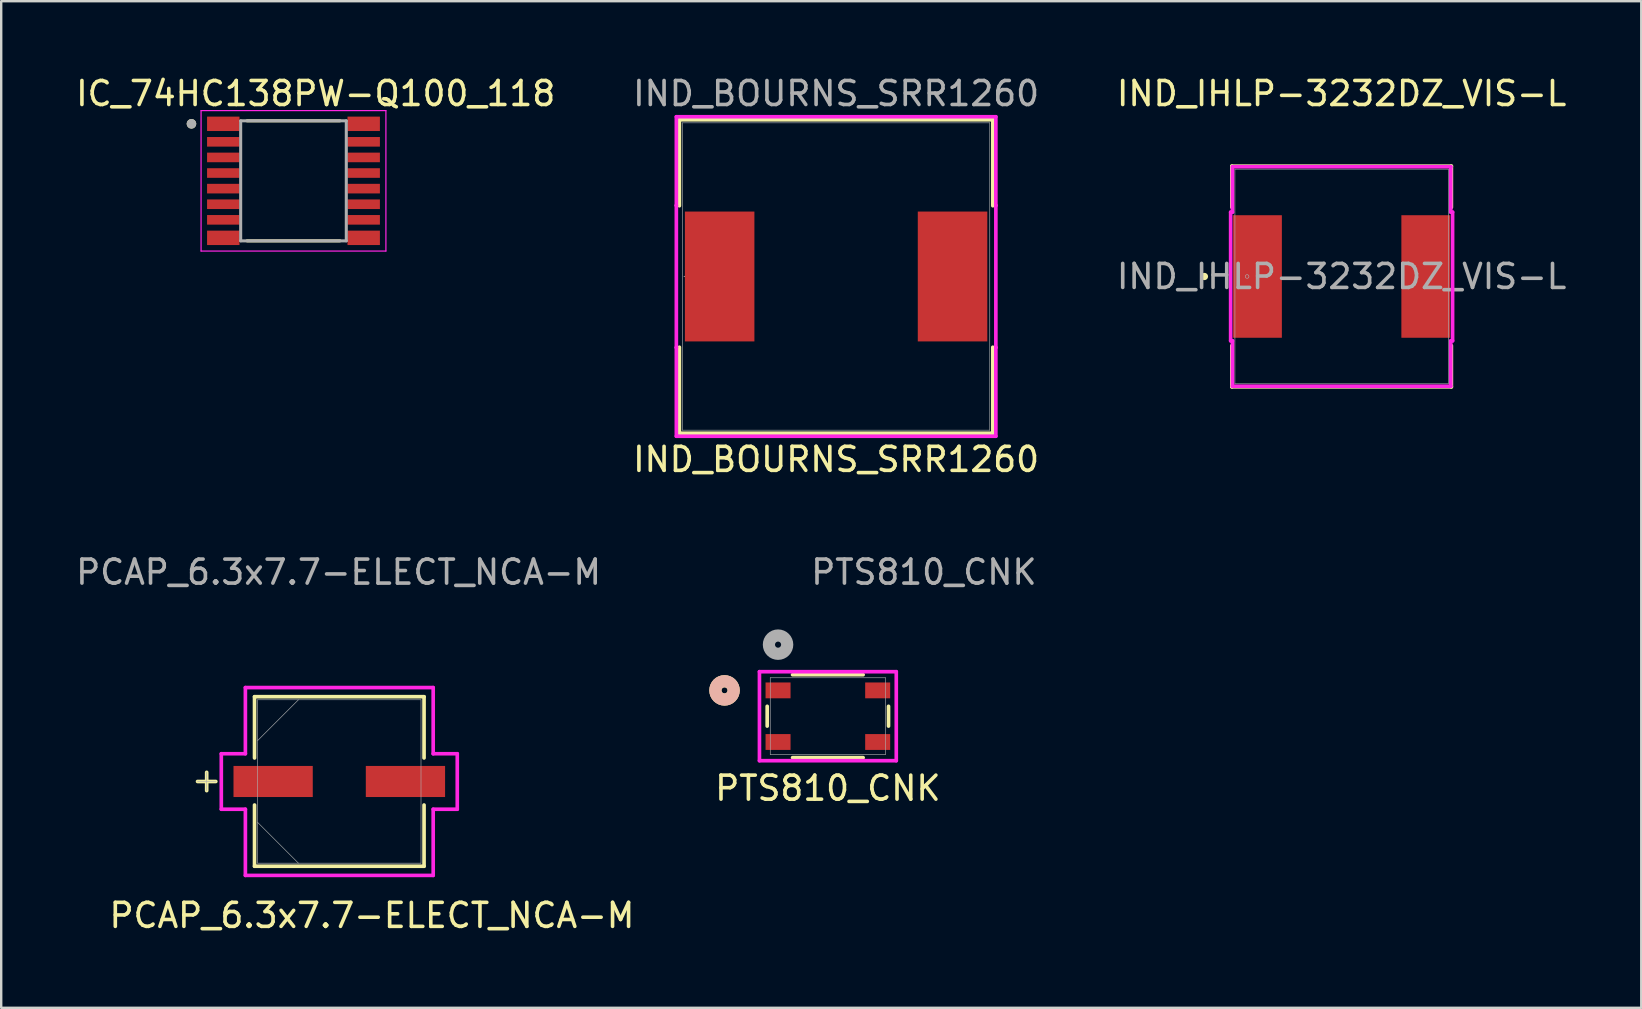
<source format=kicad_pcb>
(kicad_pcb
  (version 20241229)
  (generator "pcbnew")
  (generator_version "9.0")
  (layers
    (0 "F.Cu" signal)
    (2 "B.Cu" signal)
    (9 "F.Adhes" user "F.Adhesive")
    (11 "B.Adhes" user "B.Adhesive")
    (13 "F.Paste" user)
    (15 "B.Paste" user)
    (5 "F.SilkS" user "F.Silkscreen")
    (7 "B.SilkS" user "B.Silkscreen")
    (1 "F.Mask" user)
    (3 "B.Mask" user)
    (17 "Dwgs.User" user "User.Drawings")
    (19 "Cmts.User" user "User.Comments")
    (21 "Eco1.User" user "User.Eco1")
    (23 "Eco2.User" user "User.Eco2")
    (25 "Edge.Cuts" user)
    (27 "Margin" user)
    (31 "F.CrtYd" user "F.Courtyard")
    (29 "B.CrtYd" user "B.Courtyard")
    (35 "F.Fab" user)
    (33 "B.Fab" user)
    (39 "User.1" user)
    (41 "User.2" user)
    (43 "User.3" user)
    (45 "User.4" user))
  (footprint "PCAP_6.3x7.7-ELECT_NCA-M"
    (layer "F.Cu")
    (at 11.084 29.505)
    (property "Reference" "PCAP_6.3x7.7-ELECT_NCA-M" (at 1.36 5.58 0) (unlocked yes) (layer "F.SilkS") (effects (font (size 1 1) (thickness 0.15))))
    (attr smd)
    (fp_line (start -5.524 -0.381) (end -5.524 0.381) (stroke (width 0.152) (type solid)) (layer "F.SilkS"))
    (fp_line (start -5.144 0) (end -5.905 0) (stroke (width 0.152) (type solid)) (layer "F.SilkS"))
    (fp_line (start -3.531 -3.531) (end -3.531 -0.98) (stroke (width 0.152) (type solid)) (layer "F.SilkS"))
    (fp_line (start -3.531 0.98) (end -3.531 3.531) (stroke (width 0.152) (type solid)) (layer "F.SilkS"))
    (fp_line (start -3.531 3.531) (end 3.531 3.531) (stroke (width 0.152) (type solid)) (layer "F.SilkS"))
    (fp_line (start 3.531 -3.531) (end -3.531 -3.531) (stroke (width 0.152) (type solid)) (layer "F.SilkS"))
    (fp_line (start 3.531 -0.98) (end 3.531 -3.531) (stroke (width 0.152) (type solid)) (layer "F.SilkS"))
    (fp_line (start 3.531 3.531) (end 3.531 0.98) (stroke (width 0.152) (type solid)) (layer "F.SilkS"))
    (fp_line (start -4.915 -1.156) (end -3.912 -1.156) (stroke (width 0.152) (type solid)) (layer "F.CrtYd"))
    (fp_line (start -4.915 1.156) (end -4.915 -1.156) (stroke (width 0.152) (type solid)) (layer "F.CrtYd"))
    (fp_line (start -3.912 -3.912) (end 3.912 -3.912) (stroke (width 0.152) (type solid)) (layer "F.CrtYd"))
    (fp_line (start -3.912 -1.156) (end -3.912 -3.912) (stroke (width 0.152) (type solid)) (layer "F.CrtYd"))
    (fp_line (start -3.912 1.156) (end -4.915 1.156) (stroke (width 0.152) (type solid)) (layer "F.CrtYd"))
    (fp_line (start -3.912 3.912) (end -3.912 1.156) (stroke (width 0.152) (type solid)) (layer "F.CrtYd"))
    (fp_line (start 3.912 -3.912) (end 3.912 -1.156) (stroke (width 0.152) (type solid)) (layer "F.CrtYd"))
    (fp_line (start 3.912 -1.156) (end 4.915 -1.156) (stroke (width 0.152) (type solid)) (layer "F.CrtYd"))
    (fp_line (start 3.912 1.156) (end 3.912 3.912) (stroke (width 0.152) (type solid)) (layer "F.CrtYd"))
    (fp_line (start 3.912 3.912) (end -3.912 3.912) (stroke (width 0.152) (type solid)) (layer "F.CrtYd"))
    (fp_line (start 4.915 -1.156) (end 4.915 1.156) (stroke (width 0.152) (type solid)) (layer "F.CrtYd"))
    (fp_line (start 4.915 1.156) (end 3.912 1.156) (stroke (width 0.152) (type solid)) (layer "F.CrtYd"))
    (fp_line (start -5.524 -0.381) (end -5.524 0.381) (stroke (width 0.025) (type solid)) (layer "F.Fab"))
    (fp_line (start -5.144 0) (end -5.905 0) (stroke (width 0.025) (type solid)) (layer "F.Fab"))
    (fp_line (start -3.404 -3.404) (end -3.404 3.404) (stroke (width 0.025) (type solid)) (layer "F.Fab"))
    (fp_line (start -3.404 -1.702) (end -1.702 -3.404) (stroke (width 0.025) (type solid)) (layer "F.Fab"))
    (fp_line (start -3.404 1.702) (end -1.702 3.404) (stroke (width 0.025) (type solid)) (layer "F.Fab"))
    (fp_line (start -3.404 3.404) (end 3.404 3.404) (stroke (width 0.025) (type solid)) (layer "F.Fab"))
    (fp_line (start 3.404 -3.404) (end -3.404 -3.404) (stroke (width 0.025) (type solid)) (layer "F.Fab"))
    (fp_line (start 3.404 3.404) (end 3.404 -3.404) (stroke (width 0.025) (type solid)) (layer "F.Fab"))
    (fp_text user "${REFERENCE}" (at -0.03 -8.72 0) (unlocked yes) (layer "F.Fab") (effects (font (size 1 1) (thickness 0.15))))
    (pad "1" smd rect (at -2.756 0) (size 3.302 1.295) (layers "F.Cu" "F.Mask" "F.Paste"))
    (pad "2" smd rect (at 2.756 0) (size 3.302 1.295) (layers "F.Cu" "F.Mask" "F.Paste")))
  (footprint "IND_BOURNS_SRR1260"
    (layer "F.Cu")
    (at 31.78 8.468)
    (property "Reference" "IND_BOURNS_SRR1260" (at 0 7.62 0) (unlocked yes) (layer "F.SilkS") (effects (font (size 1 1) (thickness 0.15))))
    (attr smd)
    (fp_line (start -6.528 -6.528) (end -6.528 -2.947) (stroke (width 0.152) (type solid)) (layer "F.SilkS"))
    (fp_line (start -6.528 2.947) (end -6.528 6.528) (stroke (width 0.152) (type solid)) (layer "F.SilkS"))
    (fp_line (start -6.528 6.528) (end 6.528 6.528) (stroke (width 0.152) (type solid)) (layer "F.SilkS"))
    (fp_line (start 6.528 -6.528) (end -6.528 -6.528) (stroke (width 0.152) (type solid)) (layer "F.SilkS"))
    (fp_line (start 6.528 -2.947) (end 6.528 -6.528) (stroke (width 0.152) (type solid)) (layer "F.SilkS"))
    (fp_line (start 6.528 6.528) (end 6.528 2.947) (stroke (width 0.152) (type solid)) (layer "F.SilkS"))
    (fp_line (start -6.655 -6.655) (end 6.655 -6.655) (stroke (width 0.152) (type solid)) (layer "F.CrtYd"))
    (fp_line (start -6.655 -2.959) (end -6.655 -6.655) (stroke (width 0.152) (type solid)) (layer "F.CrtYd"))
    (fp_line (start -6.655 -2.959) (end -6.655 -2.959) (stroke (width 0.152) (type solid)) (layer "F.CrtYd"))
    (fp_line (start -6.655 2.959) (end -6.655 -2.959) (stroke (width 0.152) (type solid)) (layer "F.CrtYd"))
    (fp_line (start -6.655 2.959) (end -6.655 2.959) (stroke (width 0.152) (type solid)) (layer "F.CrtYd"))
    (fp_line (start -6.655 6.655) (end -6.655 2.959) (stroke (width 0.152) (type solid)) (layer "F.CrtYd"))
    (fp_line (start 6.655 -6.655) (end 6.655 -2.959) (stroke (width 0.152) (type solid)) (layer "F.CrtYd"))
    (fp_line (start 6.655 -2.959) (end 6.655 -2.959) (stroke (width 0.152) (type solid)) (layer "F.CrtYd"))
    (fp_line (start 6.655 -2.959) (end 6.655 2.959) (stroke (width 0.152) (type solid)) (layer "F.CrtYd"))
    (fp_line (start 6.655 2.959) (end 6.655 2.959) (stroke (width 0.152) (type solid)) (layer "F.CrtYd"))
    (fp_line (start 6.655 2.959) (end 6.655 6.655) (stroke (width 0.152) (type solid)) (layer "F.CrtYd"))
    (fp_line (start 6.655 6.655) (end -6.655 6.655) (stroke (width 0.152) (type solid)) (layer "F.CrtYd"))
    (fp_line (start -6.401 -6.401) (end -6.401 6.401) (stroke (width 0.025) (type solid)) (layer "F.Fab"))
    (fp_line (start -6.401 6.401) (end 6.401 6.401) (stroke (width 0.025) (type solid)) (layer "F.Fab"))
    (fp_line (start 6.401 -6.401) (end -6.401 -6.401) (stroke (width 0.025) (type solid)) (layer "F.Fab"))
    (fp_line (start 6.401 6.401) (end 6.401 -6.401) (stroke (width 0.025) (type solid)) (layer "F.Fab"))
    (fp_circle (center -6.325 0) (end -6.325 0) (stroke (width 0.025) (type solid)) (fill no) (layer "F.Fab"))
    (fp_text user "${REFERENCE}" (at 0 -7.62 0) (unlocked yes) (layer "F.Fab") (effects (font (size 1 1) (thickness 0.15))))
    (pad "1" smd rect (at -4.851 0) (size 2.896 5.41) (layers "F.Cu" "F.Mask" "F.Paste"))
    (pad "2" smd rect (at 4.851 0) (size 2.896 5.41) (layers "F.Cu" "F.Mask" "F.Paste"))
    (zone (net_name "") (layer "F.Cu") (hatch full 0.508) (connect_pads) (min_thickness 0.254) (filled_areas_thickness no) (keepout (tracks not_allowed) (vias not_allowed) (pads allowed) (copperpour not_allowed) (footprints allowed)) (placement (enabled no)) (fill) (polygon (pts (xy 28.427 2.118) (xy 35.133 2.118) (xy 35.133 14.818) (xy 28.427 14.818)))))
  (footprint "IND_IHLP-3232DZ_VIS-L"
    (layer "F.Cu")
    (at 52.839 8.468)
    (property "Reference" "IND_IHLP-3232DZ_VIS-L" (at 0 -7.62 0) (unlocked yes) (layer "F.SilkS") (effects (font (size 1 1) (thickness 0.15))))
    (attr smd)
    (fp_line (start -4.572 -4.597) (end -4.572 -2.882) (stroke (width 0.152) (type solid)) (layer "F.SilkS"))
    (fp_line (start -4.572 2.882) (end -4.572 4.597) (stroke (width 0.152) (type solid)) (layer "F.SilkS"))
    (fp_line (start -4.572 4.597) (end 4.572 4.597) (stroke (width 0.152) (type solid)) (layer "F.SilkS"))
    (fp_line (start 4.572 -4.597) (end -4.572 -4.597) (stroke (width 0.152) (type solid)) (layer "F.SilkS"))
    (fp_line (start 4.572 -2.882) (end 4.572 -4.597) (stroke (width 0.152) (type solid)) (layer "F.SilkS"))
    (fp_line (start 4.572 4.597) (end 4.572 2.882) (stroke (width 0.152) (type solid)) (layer "F.SilkS"))
    (fp_circle (center -5.715 0) (end -5.639 0) (stroke (width 0.152) (type solid)) (fill no) (layer "F.SilkS"))
    (fp_line (start -4.623 -2.68) (end -4.547 -2.68) (stroke (width 0.152) (type solid)) (layer "F.CrtYd"))
    (fp_line (start -4.623 2.68) (end -4.623 -2.68) (stroke (width 0.152) (type solid)) (layer "F.CrtYd"))
    (fp_line (start -4.547 -4.572) (end 4.547 -4.572) (stroke (width 0.152) (type solid)) (layer "F.CrtYd"))
    (fp_line (start -4.547 -2.68) (end -4.547 -4.572) (stroke (width 0.152) (type solid)) (layer "F.CrtYd"))
    (fp_line (start -4.547 2.68) (end -4.623 2.68) (stroke (width 0.152) (type solid)) (layer "F.CrtYd"))
    (fp_line (start -4.547 4.572) (end -4.547 2.68) (stroke (width 0.152) (type solid)) (layer "F.CrtYd"))
    (fp_line (start 4.547 -4.572) (end 4.547 -2.68) (stroke (width 0.152) (type solid)) (layer "F.CrtYd"))
    (fp_line (start 4.547 -2.68) (end 4.623 -2.68) (stroke (width 0.152) (type solid)) (layer "F.CrtYd"))
    (fp_line (start 4.547 2.68) (end 4.547 4.572) (stroke (width 0.152) (type solid)) (layer "F.CrtYd"))
    (fp_line (start 4.547 4.572) (end -4.547 4.572) (stroke (width 0.152) (type solid)) (layer "F.CrtYd"))
    (fp_line (start 4.623 -2.68) (end 4.623 2.68) (stroke (width 0.152) (type solid)) (layer "F.CrtYd"))
    (fp_line (start 4.623 2.68) (end 4.547 2.68) (stroke (width 0.152) (type solid)) (layer "F.CrtYd"))
    (fp_line (start -4.445 -4.47) (end -4.445 4.47) (stroke (width 0.025) (type solid)) (layer "F.Fab"))
    (fp_line (start -4.445 4.47) (end 4.445 4.47) (stroke (width 0.025) (type solid)) (layer "F.Fab"))
    (fp_line (start 4.445 -4.47) (end -4.445 -4.47) (stroke (width 0.025) (type solid)) (layer "F.Fab"))
    (fp_line (start 4.445 4.47) (end 4.445 -4.47) (stroke (width 0.025) (type solid)) (layer "F.Fab"))
    (fp_circle (center -3.937 0) (end -3.861 0) (stroke (width 0.025) (type solid)) (fill no) (layer "F.Fab"))
    (fp_text user "${REFERENCE}" (at 0 0 0) (unlocked yes) (layer "F.Fab") (effects (font (size 1 1) (thickness 0.15))))
    (pad "1" smd rect (at -3.505 0 90) (size 5.105 2.032) (layers "F.Cu" "F.Mask" "F.Paste"))
    (pad "2" smd rect (at 3.505 0 90) (size 5.105 2.032) (layers "F.Cu" "F.Mask" "F.Paste"))
    (zone (net_name "") (layer "F.Cu") (hatch full 0.508) (connect_pads) (min_thickness 0.254) (filled_areas_thickness no) (keepout (tracks not_allowed) (vias not_allowed) (pads allowed) (copperpour not_allowed) (footprints allowed)) (placement (enabled no)) (fill) (polygon (pts (xy 48.445 4.049) (xy 57.233 4.049) (xy 57.233 5.839) (xy 48.445 5.839))))
    (zone (net_name "") (layer "F.Cu") (hatch full 0.508) (connect_pads) (min_thickness 0.254) (filled_areas_thickness no) (keepout (tracks not_allowed) (vias not_allowed) (pads allowed) (copperpour not_allowed) (footprints allowed)) (placement (enabled no)) (fill) (polygon (pts (xy 48.445 11.097) (xy 57.233 11.097) (xy 57.233 12.888) (xy 48.445 12.888))))
    (zone (net_name "") (layer "F.Cu") (hatch full 0.508) (connect_pads) (min_thickness 0.254) (filled_areas_thickness no) (keepout (tracks not_allowed) (vias not_allowed) (pads allowed) (copperpour not_allowed) (footprints allowed)) (placement (enabled no)) (fill) (polygon (pts (xy 50.401 5.839) (xy 55.278 5.839) (xy 55.278 11.097) (xy 50.401 11.097)))))
  (footprint "PTS810_CNK"
    (layer "F.Cu")
    (at 31.437 26.785)
    (property "Reference" "PTS810_CNK" (at 0 3 0) (unlocked yes) (layer "F.SilkS") (effects (font (size 1 1) (thickness 0.15))))
    (attr smd)
    (fp_line (start -2.527 -0.412) (end -2.527 0.412) (stroke (width 0.152) (type solid)) (layer "F.SilkS"))
    (fp_line (start -1.47 1.727) (end 1.47 1.727) (stroke (width 0.152) (type solid)) (layer "F.SilkS"))
    (fp_line (start 1.47 -1.727) (end -1.47 -1.727) (stroke (width 0.152) (type solid)) (layer "F.SilkS"))
    (fp_line (start 2.527 0.412) (end 2.527 -0.412) (stroke (width 0.152) (type solid)) (layer "F.SilkS"))
    (fp_circle (center -4.305 -1.075) (end -3.924 -1.075) (stroke (width 0.508) (type solid)) (fill no) (layer "F.SilkS"))
    (fp_circle (center -4.305 -1.075) (end -3.924 -1.075) (stroke (width 0.508) (type solid)) (fill no) (layer "B.SilkS"))
    (fp_line (start -2.85 -1.854) (end -2.85 1.854) (stroke (width 0.152) (type solid)) (layer "F.CrtYd"))
    (fp_line (start -2.85 1.854) (end 2.85 1.854) (stroke (width 0.152) (type solid)) (layer "F.CrtYd"))
    (fp_line (start 2.85 -1.854) (end -2.85 -1.854) (stroke (width 0.152) (type solid)) (layer "F.CrtYd"))
    (fp_line (start 2.85 1.854) (end 2.85 -1.854) (stroke (width 0.152) (type solid)) (layer "F.CrtYd"))
    (fp_line (start -2.4 -1.6) (end -2.4 1.6) (stroke (width 0.025) (type solid)) (layer "F.Fab"))
    (fp_line (start -2.4 1.6) (end 2.4 1.6) (stroke (width 0.025) (type solid)) (layer "F.Fab"))
    (fp_line (start 2.4 -1.6) (end -2.4 -1.6) (stroke (width 0.025) (type solid)) (layer "F.Fab"))
    (fp_line (start 2.4 1.6) (end 2.4 -1.6) (stroke (width 0.025) (type solid)) (layer "F.Fab"))
    (fp_circle (center -2.075 -2.98) (end -1.694 -2.98) (stroke (width 0.508) (type solid)) (fill no) (layer "F.Fab"))
    (fp_text user "${REFERENCE}" (at 4 -6 0) (unlocked yes) (layer "F.Fab") (effects (font (size 1 1) (thickness 0.15))))
    (pad "1" smd rect (at -2.075 -1.075) (size 1.041 0.66) (layers "F.Cu" "F.Mask" "F.Paste"))
    (pad "2" smd rect (at 2.075 -1.075) (size 1.041 0.66) (layers "F.Cu" "F.Mask" "F.Paste"))
    (pad "3" smd rect (at -2.075 1.075) (size 1.041 0.66) (layers "F.Cu" "F.Mask" "F.Paste"))
    (pad "4" smd rect (at 2.075 1.075) (size 1.041 0.66) (layers "F.Cu" "F.Mask" "F.Paste")))
  (footprint "IC_74HC138PW-Q100_118"
    (layer "F.Cu")
    (at 9.176 4.483)
    (property "Reference" "IC_74HC138PW-Q100_118" (at 0.925 -3.635 0) (layer "F.SilkS") (effects (font (size 1 1) (thickness 0.15))))
    (attr smd)
    (fp_poly (pts (xy -3.6 -2.675) (xy -2.25 -2.675) (xy -2.25 -2.075) (xy -3.6 -2.075)) (stroke (width 0.01) (type solid)) (fill yes) (layer "F.Mask"))
    (fp_poly (pts (xy -3.6 -1.825) (xy -2.25 -1.825) (xy -2.25 -1.425) (xy -3.6 -1.425)) (stroke (width 0.01) (type solid)) (fill yes) (layer "F.Mask"))
    (fp_poly (pts (xy -3.6 -1.175) (xy -2.25 -1.175) (xy -2.25 -0.775) (xy -3.6 -0.775)) (stroke (width 0.01) (type solid)) (fill yes) (layer "F.Mask"))
    (fp_poly (pts (xy -3.6 -0.525) (xy -2.25 -0.525) (xy -2.25 -0.125) (xy -3.6 -0.125)) (stroke (width 0.01) (type solid)) (fill yes) (layer "F.Mask"))
    (fp_poly (pts (xy -3.6 0.125) (xy -2.25 0.125) (xy -2.25 0.525) (xy -3.6 0.525)) (stroke (width 0.01) (type solid)) (fill yes) (layer "F.Mask"))
    (fp_poly (pts (xy -3.6 0.775) (xy -2.25 0.775) (xy -2.25 1.175) (xy -3.6 1.175)) (stroke (width 0.01) (type solid)) (fill yes) (layer "F.Mask"))
    (fp_poly (pts (xy -3.6 1.425) (xy -2.25 1.425) (xy -2.25 1.825) (xy -3.6 1.825)) (stroke (width 0.01) (type solid)) (fill yes) (layer "F.Mask"))
    (fp_poly (pts (xy -3.6 2.075) (xy -2.25 2.075) (xy -2.25 2.675) (xy -3.6 2.675)) (stroke (width 0.01) (type solid)) (fill yes) (layer "F.Mask"))
    (fp_poly (pts (xy 2.25 -2.675) (xy 3.6 -2.675) (xy 3.6 -2.075) (xy 2.25 -2.075)) (stroke (width 0.01) (type solid)) (fill yes) (layer "F.Mask"))
    (fp_poly (pts (xy 2.25 -1.825) (xy 3.6 -1.825) (xy 3.6 -1.425) (xy 2.25 -1.425)) (stroke (width 0.01) (type solid)) (fill yes) (layer "F.Mask"))
    (fp_poly (pts (xy 2.25 -1.175) (xy 3.6 -1.175) (xy 3.6 -0.775) (xy 2.25 -0.775)) (stroke (width 0.01) (type solid)) (fill yes) (layer "F.Mask"))
    (fp_poly (pts (xy 2.25 -0.525) (xy 3.6 -0.525) (xy 3.6 -0.125) (xy 2.25 -0.125)) (stroke (width 0.01) (type solid)) (fill yes) (layer "F.Mask"))
    (fp_poly (pts (xy 2.25 0.125) (xy 3.6 0.125) (xy 3.6 0.525) (xy 2.25 0.525)) (stroke (width 0.01) (type solid)) (fill yes) (layer "F.Mask"))
    (fp_poly (pts (xy 2.25 0.775) (xy 3.6 0.775) (xy 3.6 1.175) (xy 2.25 1.175)) (stroke (width 0.01) (type solid)) (fill yes) (layer "F.Mask"))
    (fp_poly (pts (xy 2.25 1.425) (xy 3.6 1.425) (xy 3.6 1.825) (xy 2.25 1.825)) (stroke (width 0.01) (type solid)) (fill yes) (layer "F.Mask"))
    (fp_poly (pts (xy 2.25 2.075) (xy 3.6 2.075) (xy 3.6 2.675) (xy 2.25 2.675)) (stroke (width 0.01) (type solid)) (fill yes) (layer "F.Mask"))
    (fp_line (start -1.935 -2.5) (end 1.935 -2.5) (stroke (width 0.127) (type solid)) (layer "F.SilkS"))
    (fp_line (start 1.935 2.5) (end -1.935 2.5) (stroke (width 0.127) (type solid)) (layer "F.SilkS"))
    (fp_circle (center -4.25 -2.375) (end -4.15 -2.375) (stroke (width 0.2) (type solid)) (fill no) (layer "F.SilkS"))
    (fp_poly (pts (xy -3.55 -2.625) (xy -2.3 -2.625) (xy -2.3 -2.125) (xy -3.55 -2.125)) (stroke (width 0.01) (type solid)) (fill yes) (layer "F.Paste"))
    (fp_poly (pts (xy -3.55 -1.775) (xy -2.3 -1.775) (xy -2.3 -1.475) (xy -3.55 -1.475)) (stroke (width 0.01) (type solid)) (fill yes) (layer "F.Paste"))
    (fp_poly (pts (xy -3.55 -1.125) (xy -2.3 -1.125) (xy -2.3 -0.825) (xy -3.55 -0.825)) (stroke (width 0.01) (type solid)) (fill yes) (layer "F.Paste"))
    (fp_poly (pts (xy -3.55 -0.475) (xy -2.3 -0.475) (xy -2.3 -0.175) (xy -3.55 -0.175)) (stroke (width 0.01) (type solid)) (fill yes) (layer "F.Paste"))
    (fp_poly (pts (xy -3.55 0.175) (xy -2.3 0.175) (xy -2.3 0.475) (xy -3.55 0.475)) (stroke (width 0.01) (type solid)) (fill yes) (layer "F.Paste"))
    (fp_poly (pts (xy -3.55 0.825) (xy -2.3 0.825) (xy -2.3 1.125) (xy -3.55 1.125)) (stroke (width 0.01) (type solid)) (fill yes) (layer "F.Paste"))
    (fp_poly (pts (xy -3.55 1.475) (xy -2.3 1.475) (xy -2.3 1.775) (xy -3.55 1.775)) (stroke (width 0.01) (type solid)) (fill yes) (layer "F.Paste"))
    (fp_poly (pts (xy -3.55 2.125) (xy -2.3 2.125) (xy -2.3 2.625) (xy -3.55 2.625)) (stroke (width 0.01) (type solid)) (fill yes) (layer "F.Paste"))
    (fp_poly (pts (xy 2.3 -2.625) (xy 3.55 -2.625) (xy 3.55 -2.125) (xy 2.3 -2.125)) (stroke (width 0.01) (type solid)) (fill yes) (layer "F.Paste"))
    (fp_poly (pts (xy 2.3 -1.775) (xy 3.55 -1.775) (xy 3.55 -1.475) (xy 2.3 -1.475)) (stroke (width 0.01) (type solid)) (fill yes) (layer "F.Paste"))
    (fp_poly (pts (xy 2.3 -1.125) (xy 3.55 -1.125) (xy 3.55 -0.825) (xy 2.3 -0.825)) (stroke (width 0.01) (type solid)) (fill yes) (layer "F.Paste"))
    (fp_poly (pts (xy 2.3 -0.475) (xy 3.55 -0.475) (xy 3.55 -0.175) (xy 2.3 -0.175)) (stroke (width 0.01) (type solid)) (fill yes) (layer "F.Paste"))
    (fp_poly (pts (xy 2.3 0.175) (xy 3.55 0.175) (xy 3.55 0.475) (xy 2.3 0.475)) (stroke (width 0.01) (type solid)) (fill yes) (layer "F.Paste"))
    (fp_poly (pts (xy 2.3 0.825) (xy 3.55 0.825) (xy 3.55 1.125) (xy 2.3 1.125)) (stroke (width 0.01) (type solid)) (fill yes) (layer "F.Paste"))
    (fp_poly (pts (xy 2.3 1.475) (xy 3.55 1.475) (xy 3.55 1.775) (xy 2.3 1.775)) (stroke (width 0.01) (type solid)) (fill yes) (layer "F.Paste"))
    (fp_poly (pts (xy 2.3 2.125) (xy 3.55 2.125) (xy 3.55 2.625) (xy 2.3 2.625)) (stroke (width 0.01) (type solid)) (fill yes) (layer "F.Paste"))
    (fp_line (start -3.85 -2.925) (end 3.85 -2.925) (stroke (width 0.05) (type solid)) (layer "F.CrtYd"))
    (fp_line (start -3.85 2.925) (end -3.85 -2.925) (stroke (width 0.05) (type solid)) (layer "F.CrtYd"))
    (fp_line (start 3.85 -2.925) (end 3.85 2.925) (stroke (width 0.05) (type solid)) (layer "F.CrtYd"))
    (fp_line (start 3.85 2.925) (end -3.85 2.925) (stroke (width 0.05) (type solid)) (layer "F.CrtYd"))
    (fp_line (start -2.2 -2.5) (end 2.2 -2.5) (stroke (width 0.127) (type solid)) (layer "F.Fab"))
    (fp_line (start -2.2 2.5) (end -2.2 -2.5) (stroke (width 0.127) (type solid)) (layer "F.Fab"))
    (fp_line (start 2.2 -2.5) (end 2.2 2.5) (stroke (width 0.127) (type solid)) (layer "F.Fab"))
    (fp_line (start 2.2 2.5) (end -2.2 2.5) (stroke (width 0.127) (type solid)) (layer "F.Fab"))
    (fp_circle (center -4.25 -2.375) (end -4.15 -2.375) (stroke (width 0.2) (type solid)) (fill no) (layer "F.Fab"))
    (pad "1" smd rect (at -2.925 -2.375) (size 1.35 0.6) (layers "F.Cu"))
    (pad "2" smd rect (at -2.925 -1.625) (size 1.35 0.4) (layers "F.Cu"))
    (pad "3" smd rect (at -2.925 -0.975) (size 1.35 0.4) (layers "F.Cu"))
    (pad "4" smd rect (at -2.925 -0.325) (size 1.35 0.4) (layers "F.Cu"))
    (pad "5" smd rect (at -2.925 0.325) (size 1.35 0.4) (layers "F.Cu"))
    (pad "6" smd rect (at -2.925 0.975) (size 1.35 0.4) (layers "F.Cu"))
    (pad "7" smd rect (at -2.925 1.625) (size 1.35 0.4) (layers "F.Cu"))
    (pad "8" smd rect (at -2.925 2.375) (size 1.35 0.6) (layers "F.Cu"))
    (pad "9" smd rect (at 2.925 2.375) (size 1.35 0.6) (layers "F.Cu"))
    (pad "10" smd rect (at 2.925 1.625) (size 1.35 0.4) (layers "F.Cu"))
    (pad "11" smd rect (at 2.925 0.975) (size 1.35 0.4) (layers "F.Cu"))
    (pad "12" smd rect (at 2.925 0.325) (size 1.35 0.4) (layers "F.Cu"))
    (pad "13" smd rect (at 2.925 -0.325) (size 1.35 0.4) (layers "F.Cu"))
    (pad "14" smd rect (at 2.925 -0.975) (size 1.35 0.4) (layers "F.Cu"))
    (pad "15" smd rect (at 2.925 -1.625) (size 1.35 0.4) (layers "F.Cu"))
    (pad "16" smd rect (at 2.925 -2.375) (size 1.35 0.6) (layers "F.Cu")))
  (gr_rect
    (start -3 -3)
    (end 65.321 38.933)
    (stroke (width 0.1) (type default))
    (fill no)
    (layer "Edge.Cuts")))
</source>
